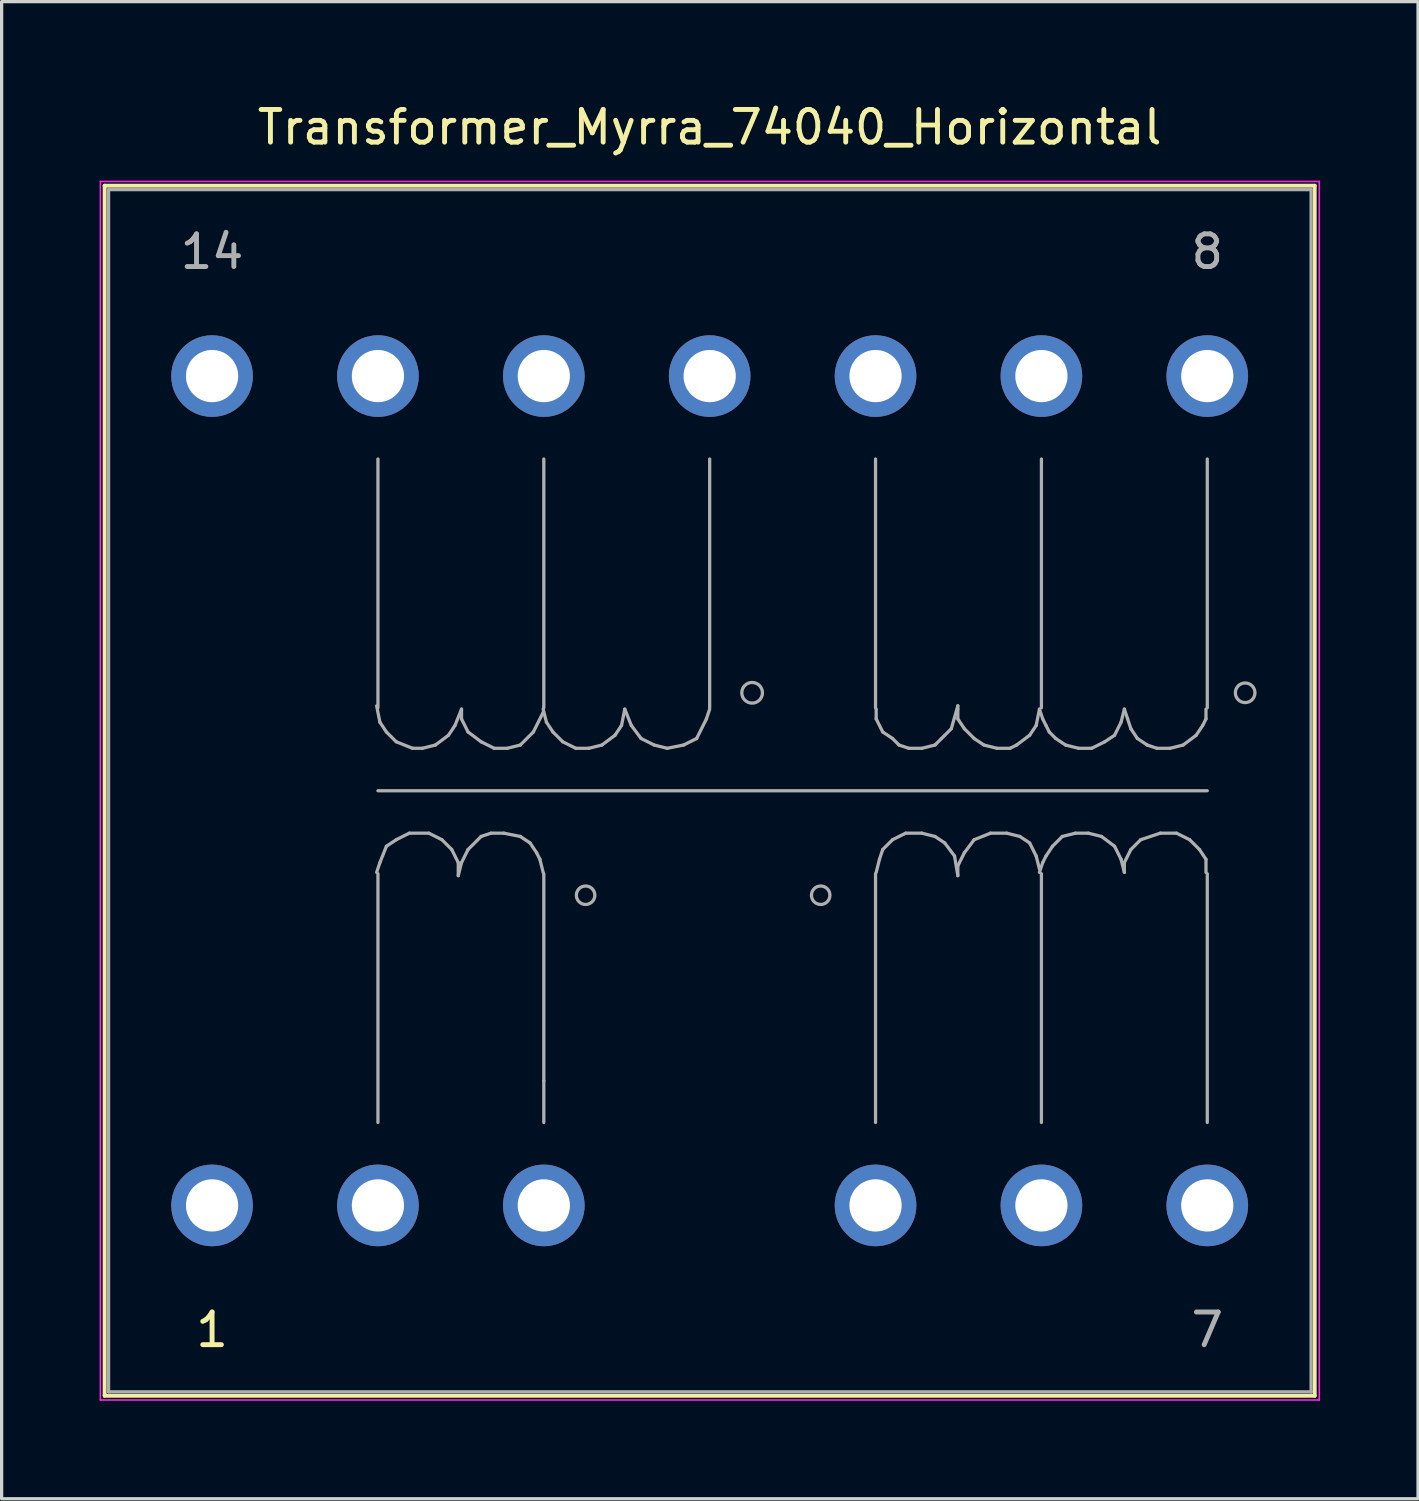
<source format=kicad_pcb>
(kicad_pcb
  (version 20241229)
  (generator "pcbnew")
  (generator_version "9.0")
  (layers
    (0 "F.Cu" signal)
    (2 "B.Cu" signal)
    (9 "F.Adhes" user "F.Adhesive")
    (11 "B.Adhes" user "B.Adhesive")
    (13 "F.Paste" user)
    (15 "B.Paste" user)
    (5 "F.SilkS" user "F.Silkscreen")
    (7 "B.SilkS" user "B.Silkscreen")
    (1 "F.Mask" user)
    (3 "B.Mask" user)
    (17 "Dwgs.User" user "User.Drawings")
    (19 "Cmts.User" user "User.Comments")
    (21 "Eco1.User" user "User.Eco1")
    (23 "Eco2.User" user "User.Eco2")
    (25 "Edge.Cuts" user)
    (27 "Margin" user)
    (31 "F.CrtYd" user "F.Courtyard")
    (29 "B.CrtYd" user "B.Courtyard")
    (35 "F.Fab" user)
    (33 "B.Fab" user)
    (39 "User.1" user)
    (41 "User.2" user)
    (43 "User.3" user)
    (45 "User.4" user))
  (footprint "Transformer_Myrra_74040_Horizontal"
    (layer "F.Cu")
    (at 3.445 33.868)
    (property "Reference" "Transformer_Myrra_74040_Horizontal" (at 15.24 -33.02 0) (layer "F.SilkS") (effects (font (size 1 1) (thickness 0.15))))
    (attr through_hole)
    (fp_line (start -3.29 -31.23) (end -3.29 5.83) (stroke (width 0.12) (type solid)) (layer "F.SilkS"))
    (fp_line (start -3.29 -31.23) (end 33.77 -31.23) (stroke (width 0.12) (type solid)) (layer "F.SilkS"))
    (fp_line (start 33.77 5.83) (end -3.29 5.83) (stroke (width 0.12) (type solid)) (layer "F.SilkS"))
    (fp_line (start 33.77 5.83) (end 33.77 -31.23) (stroke (width 0.12) (type solid)) (layer "F.SilkS"))
    (fp_line (start -3.42 -31.36) (end -3.42 5.96) (stroke (width 0.05) (type solid)) (layer "F.CrtYd"))
    (fp_line (start -3.42 -31.36) (end 33.91 -31.36) (stroke (width 0.05) (type solid)) (layer "F.CrtYd"))
    (fp_line (start 33.91 5.96) (end -3.42 5.96) (stroke (width 0.05) (type solid)) (layer "F.CrtYd"))
    (fp_line (start 33.91 5.96) (end 33.91 -31.36) (stroke (width 0.05) (type solid)) (layer "F.CrtYd"))
    (fp_line (start -3.17 -31.11) (end 33.66 -31.11) (stroke (width 0.1) (type solid)) (layer "F.Fab"))
    (fp_line (start -3.17 5.71) (end -3.17 -31.11) (stroke (width 0.1) (type solid)) (layer "F.Fab"))
    (fp_line (start 5.04 -10.2) (end 5.14 -10.5) (stroke (width 0.1) (type solid)) (layer "F.Fab"))
    (fp_line (start 5.08 -15.24) (end 5.08 -22.86) (stroke (width 0.1) (type solid)) (layer "F.Fab"))
    (fp_line (start 5.08 -12.7) (end 30.48 -12.7) (stroke (width 0.1) (type solid)) (layer "F.Fab"))
    (fp_line (start 5.08 -2.54) (end 5.08 -10.16) (stroke (width 0.1) (type solid)) (layer "F.Fab"))
    (fp_line (start 5.14 -14.8) (end 5.04 -15.3) (stroke (width 0.1) (type solid)) (layer "F.Fab"))
    (fp_line (start 5.14 -10.5) (end 5.34 -11) (stroke (width 0.1) (type solid)) (layer "F.Fab"))
    (fp_line (start 5.34 -14.5) (end 5.14 -14.8) (stroke (width 0.1) (type solid)) (layer "F.Fab"))
    (fp_line (start 5.34 -11) (end 5.64 -11.2) (stroke (width 0.1) (type solid)) (layer "F.Fab"))
    (fp_line (start 5.64 -14.2) (end 5.34 -14.5) (stroke (width 0.1) (type solid)) (layer "F.Fab"))
    (fp_line (start 5.64 -11.2) (end 6.04 -11.4) (stroke (width 0.1) (type solid)) (layer "F.Fab"))
    (fp_line (start 6.04 -11.4) (end 6.64 -11.4) (stroke (width 0.1) (type solid)) (layer "F.Fab"))
    (fp_line (start 6.14 -14) (end 5.64 -14.2) (stroke (width 0.1) (type solid)) (layer "F.Fab"))
    (fp_line (start 6.44 -14) (end 6.14 -14) (stroke (width 0.1) (type solid)) (layer "F.Fab"))
    (fp_line (start 6.64 -11.4) (end 7.04 -11.2) (stroke (width 0.1) (type solid)) (layer "F.Fab"))
    (fp_line (start 6.84 -14.1) (end 6.44 -14) (stroke (width 0.1) (type solid)) (layer "F.Fab"))
    (fp_line (start 7.04 -11.2) (end 7.34 -10.9) (stroke (width 0.1) (type solid)) (layer "F.Fab"))
    (fp_line (start 7.24 -14.4) (end 6.84 -14.1) (stroke (width 0.1) (type solid)) (layer "F.Fab"))
    (fp_line (start 7.34 -10.9) (end 7.54 -10.5) (stroke (width 0.1) (type solid)) (layer "F.Fab"))
    (fp_line (start 7.44 -14.7) (end 7.24 -14.4) (stroke (width 0.1) (type solid)) (layer "F.Fab"))
    (fp_line (start 7.54 -10.5) (end 7.54 -10.1) (stroke (width 0.1) (type solid)) (layer "F.Fab"))
    (fp_line (start 7.54 -10.1) (end 7.64 -10.5) (stroke (width 0.1) (type solid)) (layer "F.Fab"))
    (fp_line (start 7.64 -15.2) (end 7.44 -14.7) (stroke (width 0.1) (type solid)) (layer "F.Fab"))
    (fp_line (start 7.64 -14.9) (end 7.64 -15.2) (stroke (width 0.1) (type solid)) (layer "F.Fab"))
    (fp_line (start 7.64 -10.5) (end 7.84 -10.9) (stroke (width 0.1) (type solid)) (layer "F.Fab"))
    (fp_line (start 7.84 -14.5) (end 7.64 -14.9) (stroke (width 0.1) (type solid)) (layer "F.Fab"))
    (fp_line (start 7.84 -10.9) (end 8.24 -11.3) (stroke (width 0.1) (type solid)) (layer "F.Fab"))
    (fp_line (start 8.24 -14.2) (end 7.84 -14.5) (stroke (width 0.1) (type solid)) (layer "F.Fab"))
    (fp_line (start 8.24 -11.3) (end 8.54 -11.4) (stroke (width 0.1) (type solid)) (layer "F.Fab"))
    (fp_line (start 8.54 -11.4) (end 8.94 -11.4) (stroke (width 0.1) (type solid)) (layer "F.Fab"))
    (fp_line (start 8.64 -14) (end 8.24 -14.2) (stroke (width 0.1) (type solid)) (layer "F.Fab"))
    (fp_line (start 8.94 -11.4) (end 9.44 -11.3) (stroke (width 0.1) (type solid)) (layer "F.Fab"))
    (fp_line (start 9.04 -14) (end 8.64 -14) (stroke (width 0.1) (type solid)) (layer "F.Fab"))
    (fp_line (start 9.44 -14.1) (end 9.04 -14) (stroke (width 0.1) (type solid)) (layer "F.Fab"))
    (fp_line (start 9.44 -11.3) (end 9.74 -11.1) (stroke (width 0.1) (type solid)) (layer "F.Fab"))
    (fp_line (start 9.74 -11.1) (end 9.94 -10.8) (stroke (width 0.1) (type solid)) (layer "F.Fab"))
    (fp_line (start 9.84 -14.5) (end 9.44 -14.1) (stroke (width 0.1) (type solid)) (layer "F.Fab"))
    (fp_line (start 9.94 -10.8) (end 10.04 -10.6) (stroke (width 0.1) (type solid)) (layer "F.Fab"))
    (fp_line (start 10.04 -10.6) (end 10.14 -10.2) (stroke (width 0.1) (type solid)) (layer "F.Fab"))
    (fp_line (start 10.14 -15.1) (end 9.84 -14.5) (stroke (width 0.1) (type solid)) (layer "F.Fab"))
    (fp_line (start 10.16 -15.24) (end 10.16 -22.86) (stroke (width 0.1) (type solid)) (layer "F.Fab"))
    (fp_line (start 10.16 -10.16) (end 10.16 -3.81) (stroke (width 0.1) (type solid)) (layer "F.Fab"))
    (fp_line (start 10.16 -3.81) (end 10.16 -2.54) (stroke (width 0.1) (type solid)) (layer "F.Fab"))
    (fp_line (start 10.24 -14.8) (end 10.14 -15.2) (stroke (width 0.1) (type solid)) (layer "F.Fab"))
    (fp_line (start 10.44 -14.5) (end 10.24 -14.8) (stroke (width 0.1) (type solid)) (layer "F.Fab"))
    (fp_line (start 10.74 -14.2) (end 10.44 -14.5) (stroke (width 0.1) (type solid)) (layer "F.Fab"))
    (fp_line (start 11.14 -14) (end 10.74 -14.2) (stroke (width 0.1) (type solid)) (layer "F.Fab"))
    (fp_line (start 11.54 -14) (end 11.14 -14) (stroke (width 0.1) (type solid)) (layer "F.Fab"))
    (fp_line (start 11.94 -14.1) (end 11.54 -14) (stroke (width 0.1) (type solid)) (layer "F.Fab"))
    (fp_line (start 12.34 -14.4) (end 11.94 -14.1) (stroke (width 0.1) (type solid)) (layer "F.Fab"))
    (fp_line (start 12.54 -14.7) (end 12.34 -14.4) (stroke (width 0.1) (type solid)) (layer "F.Fab"))
    (fp_line (start 12.64 -15.2) (end 12.54 -14.7) (stroke (width 0.1) (type solid)) (layer "F.Fab"))
    (fp_line (start 12.84 -14.7) (end 12.64 -15.2) (stroke (width 0.1) (type solid)) (layer "F.Fab"))
    (fp_line (start 13.14 -14.3) (end 12.84 -14.7) (stroke (width 0.1) (type solid)) (layer "F.Fab"))
    (fp_line (start 13.54 -14.1) (end 13.14 -14.3) (stroke (width 0.1) (type solid)) (layer "F.Fab"))
    (fp_line (start 13.94 -14) (end 13.54 -14.1) (stroke (width 0.1) (type solid)) (layer "F.Fab"))
    (fp_line (start 14.44 -14.1) (end 13.94 -14) (stroke (width 0.1) (type solid)) (layer "F.Fab"))
    (fp_line (start 14.84 -14.3) (end 14.44 -14.1) (stroke (width 0.1) (type solid)) (layer "F.Fab"))
    (fp_line (start 15.14 -14.9) (end 14.84 -14.3) (stroke (width 0.1) (type solid)) (layer "F.Fab"))
    (fp_line (start 15.24 -15.24) (end 15.24 -22.86) (stroke (width 0.1) (type solid)) (layer "F.Fab"))
    (fp_line (start 15.24 -15.2) (end 15.14 -14.9) (stroke (width 0.1) (type solid)) (layer "F.Fab"))
    (fp_line (start 20.32 -15.24) (end 20.32 -22.86) (stroke (width 0.1) (type solid)) (layer "F.Fab"))
    (fp_line (start 20.32 -10.16) (end 20.32 -2.54) (stroke (width 0.1) (type solid)) (layer "F.Fab"))
    (fp_line (start 20.34 -14.9) (end 20.34 -15.2) (stroke (width 0.1) (type solid)) (layer "F.Fab"))
    (fp_line (start 20.44 -10.6) (end 20.34 -10.2) (stroke (width 0.1) (type solid)) (layer "F.Fab"))
    (fp_line (start 20.54 -14.5) (end 20.34 -14.9) (stroke (width 0.1) (type solid)) (layer "F.Fab"))
    (fp_line (start 20.54 -10.9) (end 20.44 -10.6) (stroke (width 0.1) (type solid)) (layer "F.Fab"))
    (fp_line (start 20.84 -14.3) (end 20.54 -14.5) (stroke (width 0.1) (type solid)) (layer "F.Fab"))
    (fp_line (start 20.84 -11.2) (end 20.54 -10.9) (stroke (width 0.1) (type solid)) (layer "F.Fab"))
    (fp_line (start 21.04 -14.1) (end 20.84 -14.3) (stroke (width 0.1) (type solid)) (layer "F.Fab"))
    (fp_line (start 21.24 -11.4) (end 20.84 -11.2) (stroke (width 0.1) (type solid)) (layer "F.Fab"))
    (fp_line (start 21.34 -14) (end 21.04 -14.1) (stroke (width 0.1) (type solid)) (layer "F.Fab"))
    (fp_line (start 21.74 -14) (end 21.34 -14) (stroke (width 0.1) (type solid)) (layer "F.Fab"))
    (fp_line (start 21.74 -11.4) (end 21.24 -11.4) (stroke (width 0.1) (type solid)) (layer "F.Fab"))
    (fp_line (start 22.14 -14.1) (end 21.74 -14) (stroke (width 0.1) (type solid)) (layer "F.Fab"))
    (fp_line (start 22.14 -11.3) (end 21.74 -11.4) (stroke (width 0.1) (type solid)) (layer "F.Fab"))
    (fp_line (start 22.34 -14.3) (end 22.14 -14.1) (stroke (width 0.1) (type solid)) (layer "F.Fab"))
    (fp_line (start 22.44 -11.1) (end 22.14 -11.3) (stroke (width 0.1) (type solid)) (layer "F.Fab"))
    (fp_line (start 22.64 -14.6) (end 22.34 -14.3) (stroke (width 0.1) (type solid)) (layer "F.Fab"))
    (fp_line (start 22.74 -10.7) (end 22.44 -11.1) (stroke (width 0.1) (type solid)) (layer "F.Fab"))
    (fp_line (start 22.84 -15.3) (end 22.64 -14.6) (stroke (width 0.1) (type solid)) (layer "F.Fab"))
    (fp_line (start 22.84 -15.2) (end 22.84 -15.3) (stroke (width 0.1) (type solid)) (layer "F.Fab"))
    (fp_line (start 22.84 -14.9) (end 22.84 -15.2) (stroke (width 0.1) (type solid)) (layer "F.Fab"))
    (fp_line (start 22.84 -10.4) (end 22.84 -10.1) (stroke (width 0.1) (type solid)) (layer "F.Fab"))
    (fp_line (start 22.84 -10.1) (end 22.74 -10.7) (stroke (width 0.1) (type solid)) (layer "F.Fab"))
    (fp_line (start 23.04 -14.6) (end 22.84 -14.9) (stroke (width 0.1) (type solid)) (layer "F.Fab"))
    (fp_line (start 23.04 -10.8) (end 22.84 -10.4) (stroke (width 0.1) (type solid)) (layer "F.Fab"))
    (fp_line (start 23.34 -14.3) (end 23.04 -14.6) (stroke (width 0.1) (type solid)) (layer "F.Fab"))
    (fp_line (start 23.34 -11.2) (end 23.04 -10.8) (stroke (width 0.1) (type solid)) (layer "F.Fab"))
    (fp_line (start 23.64 -14.1) (end 23.34 -14.3) (stroke (width 0.1) (type solid)) (layer "F.Fab"))
    (fp_line (start 23.84 -11.4) (end 23.34 -11.2) (stroke (width 0.1) (type solid)) (layer "F.Fab"))
    (fp_line (start 24.04 -14) (end 23.64 -14.1) (stroke (width 0.1) (type solid)) (layer "F.Fab"))
    (fp_line (start 24.34 -11.4) (end 23.84 -11.4) (stroke (width 0.1) (type solid)) (layer "F.Fab"))
    (fp_line (start 24.44 -14) (end 24.04 -14) (stroke (width 0.1) (type solid)) (layer "F.Fab"))
    (fp_line (start 24.64 -14.1) (end 24.44 -14) (stroke (width 0.1) (type solid)) (layer "F.Fab"))
    (fp_line (start 24.74 -11.3) (end 24.34 -11.4) (stroke (width 0.1) (type solid)) (layer "F.Fab"))
    (fp_line (start 25.04 -14.4) (end 24.64 -14.1) (stroke (width 0.1) (type solid)) (layer "F.Fab"))
    (fp_line (start 25.04 -11.1) (end 24.74 -11.3) (stroke (width 0.1) (type solid)) (layer "F.Fab"))
    (fp_line (start 25.24 -14.7) (end 25.04 -14.4) (stroke (width 0.1) (type solid)) (layer "F.Fab"))
    (fp_line (start 25.24 -10.7) (end 25.04 -11.1) (stroke (width 0.1) (type solid)) (layer "F.Fab"))
    (fp_line (start 25.34 -15.2) (end 25.24 -14.7) (stroke (width 0.1) (type solid)) (layer "F.Fab"))
    (fp_line (start 25.34 -10.3) (end 25.24 -10.7) (stroke (width 0.1) (type solid)) (layer "F.Fab"))
    (fp_line (start 25.4 -15.24) (end 25.4 -22.86) (stroke (width 0.1) (type solid)) (layer "F.Fab"))
    (fp_line (start 25.4 -10.16) (end 25.4 -2.54) (stroke (width 0.1) (type solid)) (layer "F.Fab"))
    (fp_line (start 25.44 -14.9) (end 25.34 -15.2) (stroke (width 0.1) (type solid)) (layer "F.Fab"))
    (fp_line (start 25.44 -10.5) (end 25.34 -10.2) (stroke (width 0.1) (type solid)) (layer "F.Fab"))
    (fp_line (start 25.54 -14.7) (end 25.44 -14.9) (stroke (width 0.1) (type solid)) (layer "F.Fab"))
    (fp_line (start 25.54 -10.7) (end 25.44 -10.5) (stroke (width 0.1) (type solid)) (layer "F.Fab"))
    (fp_line (start 25.64 -14.5) (end 25.54 -14.7) (stroke (width 0.1) (type solid)) (layer "F.Fab"))
    (fp_line (start 25.74 -11) (end 25.54 -10.7) (stroke (width 0.1) (type solid)) (layer "F.Fab"))
    (fp_line (start 25.84 -14.3) (end 25.64 -14.5) (stroke (width 0.1) (type solid)) (layer "F.Fab"))
    (fp_line (start 26.04 -11.3) (end 25.74 -11) (stroke (width 0.1) (type solid)) (layer "F.Fab"))
    (fp_line (start 26.14 -14.1) (end 25.84 -14.3) (stroke (width 0.1) (type solid)) (layer "F.Fab"))
    (fp_line (start 26.44 -11.4) (end 26.04 -11.3) (stroke (width 0.1) (type solid)) (layer "F.Fab"))
    (fp_line (start 26.54 -14) (end 26.14 -14.1) (stroke (width 0.1) (type solid)) (layer "F.Fab"))
    (fp_line (start 26.84 -11.4) (end 26.44 -11.4) (stroke (width 0.1) (type solid)) (layer "F.Fab"))
    (fp_line (start 26.94 -14) (end 26.54 -14) (stroke (width 0.1) (type solid)) (layer "F.Fab"))
    (fp_line (start 27.24 -11.3) (end 26.84 -11.4) (stroke (width 0.1) (type solid)) (layer "F.Fab"))
    (fp_line (start 27.34 -14.2) (end 26.94 -14) (stroke (width 0.1) (type solid)) (layer "F.Fab"))
    (fp_line (start 27.64 -14.4) (end 27.34 -14.2) (stroke (width 0.1) (type solid)) (layer "F.Fab"))
    (fp_line (start 27.64 -11) (end 27.24 -11.3) (stroke (width 0.1) (type solid)) (layer "F.Fab"))
    (fp_line (start 27.84 -14.8) (end 27.64 -14.4) (stroke (width 0.1) (type solid)) (layer "F.Fab"))
    (fp_line (start 27.84 -10.6) (end 27.64 -11) (stroke (width 0.1) (type solid)) (layer "F.Fab"))
    (fp_line (start 27.94 -15.2) (end 27.84 -14.8) (stroke (width 0.1) (type solid)) (layer "F.Fab"))
    (fp_line (start 27.94 -10.5) (end 27.94 -10.2) (stroke (width 0.1) (type solid)) (layer "F.Fab"))
    (fp_line (start 27.94 -10.2) (end 27.84 -10.6) (stroke (width 0.1) (type solid)) (layer "F.Fab"))
    (fp_line (start 28.04 -14.9) (end 27.94 -15.2) (stroke (width 0.1) (type solid)) (layer "F.Fab"))
    (fp_line (start 28.14 -14.6) (end 28.04 -14.9) (stroke (width 0.1) (type solid)) (layer "F.Fab"))
    (fp_line (start 28.14 -10.9) (end 27.94 -10.5) (stroke (width 0.1) (type solid)) (layer "F.Fab"))
    (fp_line (start 28.34 -14.3) (end 28.14 -14.6) (stroke (width 0.1) (type solid)) (layer "F.Fab"))
    (fp_line (start 28.44 -11.2) (end 28.14 -10.9) (stroke (width 0.1) (type solid)) (layer "F.Fab"))
    (fp_line (start 28.64 -14.1) (end 28.34 -14.3) (stroke (width 0.1) (type solid)) (layer "F.Fab"))
    (fp_line (start 28.94 -14) (end 28.64 -14.1) (stroke (width 0.1) (type solid)) (layer "F.Fab"))
    (fp_line (start 29.04 -11.4) (end 28.44 -11.2) (stroke (width 0.1) (type solid)) (layer "F.Fab"))
    (fp_line (start 29.34 -14) (end 28.94 -14) (stroke (width 0.1) (type solid)) (layer "F.Fab"))
    (fp_line (start 29.54 -11.4) (end 29.04 -11.4) (stroke (width 0.1) (type solid)) (layer "F.Fab"))
    (fp_line (start 29.74 -14.1) (end 29.34 -14) (stroke (width 0.1) (type solid)) (layer "F.Fab"))
    (fp_line (start 29.94 -11.2) (end 29.54 -11.4) (stroke (width 0.1) (type solid)) (layer "F.Fab"))
    (fp_line (start 30.14 -14.4) (end 29.74 -14.1) (stroke (width 0.1) (type solid)) (layer "F.Fab"))
    (fp_line (start 30.24 -10.9) (end 29.94 -11.2) (stroke (width 0.1) (type solid)) (layer "F.Fab"))
    (fp_line (start 30.34 -14.7) (end 30.14 -14.4) (stroke (width 0.1) (type solid)) (layer "F.Fab"))
    (fp_line (start 30.44 -15.2) (end 30.44 -14.9) (stroke (width 0.1) (type solid)) (layer "F.Fab"))
    (fp_line (start 30.44 -14.9) (end 30.34 -14.7) (stroke (width 0.1) (type solid)) (layer "F.Fab"))
    (fp_line (start 30.44 -10.6) (end 30.24 -10.9) (stroke (width 0.1) (type solid)) (layer "F.Fab"))
    (fp_line (start 30.44 -10.2) (end 30.44 -10.6) (stroke (width 0.1) (type solid)) (layer "F.Fab"))
    (fp_line (start 30.48 -15.24) (end 30.48 -22.86) (stroke (width 0.1) (type solid)) (layer "F.Fab"))
    (fp_line (start 30.48 -10.16) (end 30.48 -2.54) (stroke (width 0.1) (type solid)) (layer "F.Fab"))
    (fp_line (start 33.66 -31.11) (end 33.66 5.71) (stroke (width 0.1) (type solid)) (layer "F.Fab"))
    (fp_line (start 33.66 5.71) (end -3.17 5.71) (stroke (width 0.1) (type solid)) (layer "F.Fab"))
    (fp_circle (center 11.44 -9.5) (end 11.64 -9.3) (stroke (width 0.1) (type solid)) (fill no) (layer "F.Fab"))
    (fp_circle (center 16.54 -15.7) (end 16.64 -15.4) (stroke (width 0.1) (type solid)) (fill no) (layer "F.Fab"))
    (fp_circle (center 18.64 -9.5) (end 18.84 -9.3) (stroke (width 0.1) (type solid)) (fill no) (layer "F.Fab"))
    (fp_circle (center 31.64 -15.7) (end 31.64 -15.4) (stroke (width 0.1) (type solid)) (fill no) (layer "F.Fab"))
    (fp_text user "1" (at 0 3.81 0) (layer "F.SilkS") (effects (font (size 1 1) (thickness 0.15))))
    (fp_text user "8" (at 30.48 -29.21 0) (layer "F.Fab") (effects (font (size 1 1) (thickness 0.15))))
    (fp_text user "7" (at 30.48 3.81 0) (layer "F.Fab") (effects (font (size 1 1) (thickness 0.15))))
    (fp_text user "14" (at 0 -29.21 0) (layer "F.Fab") (effects (font (size 1 1) (thickness 0.15))))
    (pad "1" thru_hole circle (at 0 0) (size 2.5 2.5) (drill 1.6) (layers "*.Cu" "*.Mask"))
    (pad "2" thru_hole circle (at 5.08 0) (size 2.5 2.5) (drill 1.6) (layers "*.Cu" "*.Mask"))
    (pad "3" thru_hole circle (at 10.16 0) (size 2.5 2.5) (drill 1.6) (layers "*.Cu" "*.Mask"))
    (pad "5" thru_hole circle (at 20.32 0) (size 2.5 2.5) (drill 1.6) (layers "*.Cu" "*.Mask"))
    (pad "6" thru_hole circle (at 25.4 0) (size 2.5 2.5) (drill 1.6) (layers "*.Cu" "*.Mask"))
    (pad "7" thru_hole circle (at 30.48 0) (size 2.5 2.5) (drill 1.6) (layers "*.Cu" "*.Mask"))
    (pad "8" thru_hole circle (at 30.48 -25.4) (size 2.5 2.5) (drill 1.6) (layers "*.Cu" "*.Mask"))
    (pad "9" thru_hole circle (at 25.4 -25.4) (size 2.5 2.5) (drill 1.6) (layers "*.Cu" "*.Mask"))
    (pad "10" thru_hole circle (at 20.32 -25.4) (size 2.5 2.5) (drill 1.6) (layers "*.Cu" "*.Mask"))
    (pad "11" thru_hole circle (at 15.24 -25.4) (size 2.5 2.5) (drill 1.6) (layers "*.Cu" "*.Mask"))
    (pad "12" thru_hole circle (at 10.16 -25.4) (size 2.5 2.5) (drill 1.6) (layers "*.Cu" "*.Mask"))
    (pad "13" thru_hole circle (at 5.08 -25.4) (size 2.5 2.5) (drill 1.6) (layers "*.Cu" "*.Mask"))
    (pad "14" thru_hole circle (at 0 -25.4) (size 2.5 2.5) (drill 1.6) (layers "*.Cu" "*.Mask")))
  (gr_rect
    (start -3 -3)
    (end 40.38 42.853)
    (stroke (width 0.1) (type default))
    (fill no)
    (layer "Edge.Cuts")))
</source>
